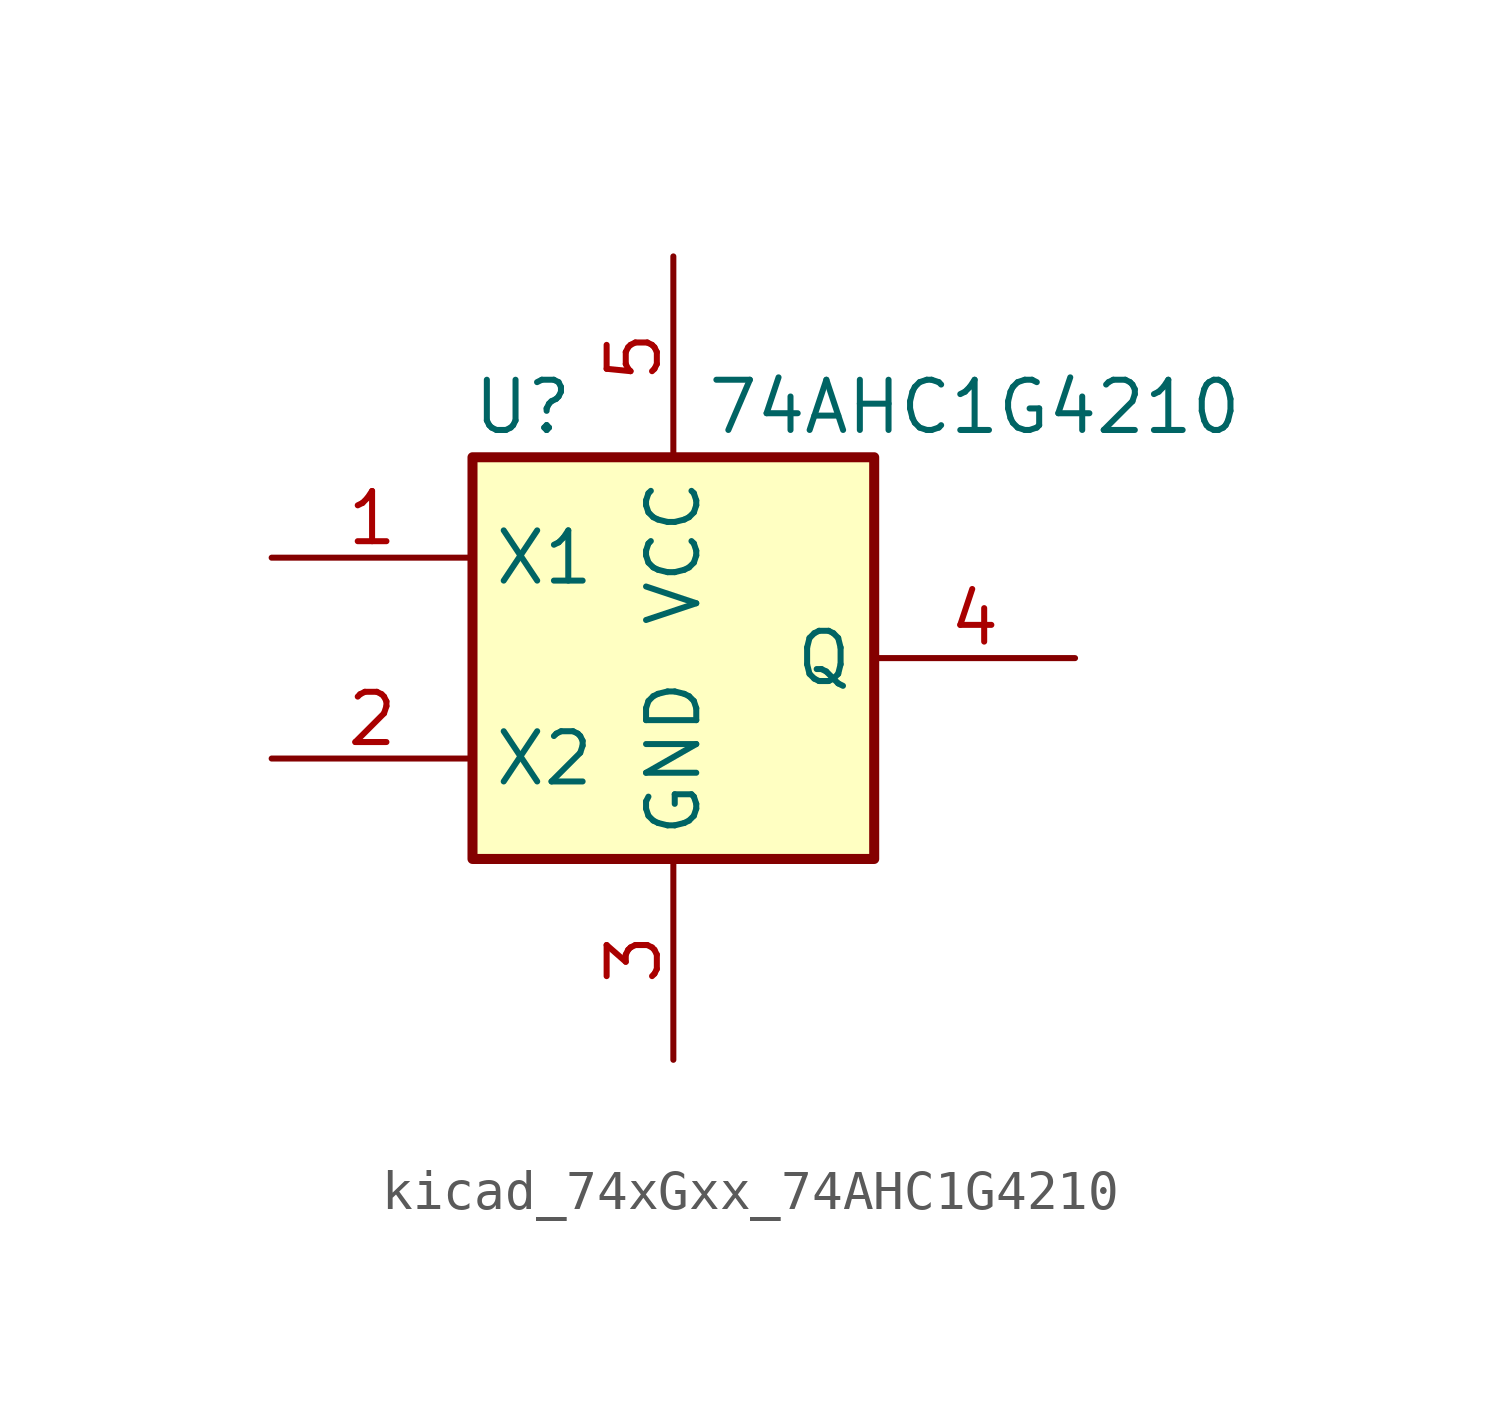
<source format=kicad_sym>
(kicad_symbol_lib
  (version 20220914)
  (generator kicad_symbol_editor)
  (symbol "kicad_74xGxx_74AHC1G4210"
    (property "Reference" "U"
      (at -3.81 6.35 0)
      (effects (font (size 1.27 1.27))))
    (property "Value" "74AHC1G4210"
      (at 7.62 6.35 0)
      (effects (font (size 1.27 1.27))))
    (symbol "kicad_74xGxx_74AHC1G4210_0_1"
      (rectangle (start -5.08 5.08) (end 5.08 -5.08) (stroke (width 0.254) (type default)) (fill (type background))))
    (symbol "kicad_74xGxx_74AHC1G4210_1_1"
      (pin input line (at -10.16 2.54 0) (length 5.08) (name "X1" (effects (font (size 1.27 1.27)))) (number "1" (effects (font (size 1.27 1.27)))))
      (pin input line (at -10.16 -2.54 0) (length 5.08) (name "X2" (effects (font (size 1.27 1.27)))) (number "2" (effects (font (size 1.27 1.27)))))
      (pin power_in line (at 0 -10.16 90) (length 5.08) (name "GND" (effects (font (size 1.27 1.27)))) (number "3" (effects (font (size 1.27 1.27)))))
      (pin output line (at 10.16 0 180) (length 5.08) (name "Q" (effects (font (size 1.27 1.27)))) (number "4" (effects (font (size 1.27 1.27)))))
      (pin power_in line (at 0 10.16 270) (length 5.08) (name "VCC" (effects (font (size 1.27 1.27)))) (number "5" (effects (font (size 1.27 1.27))))))))
</source>
